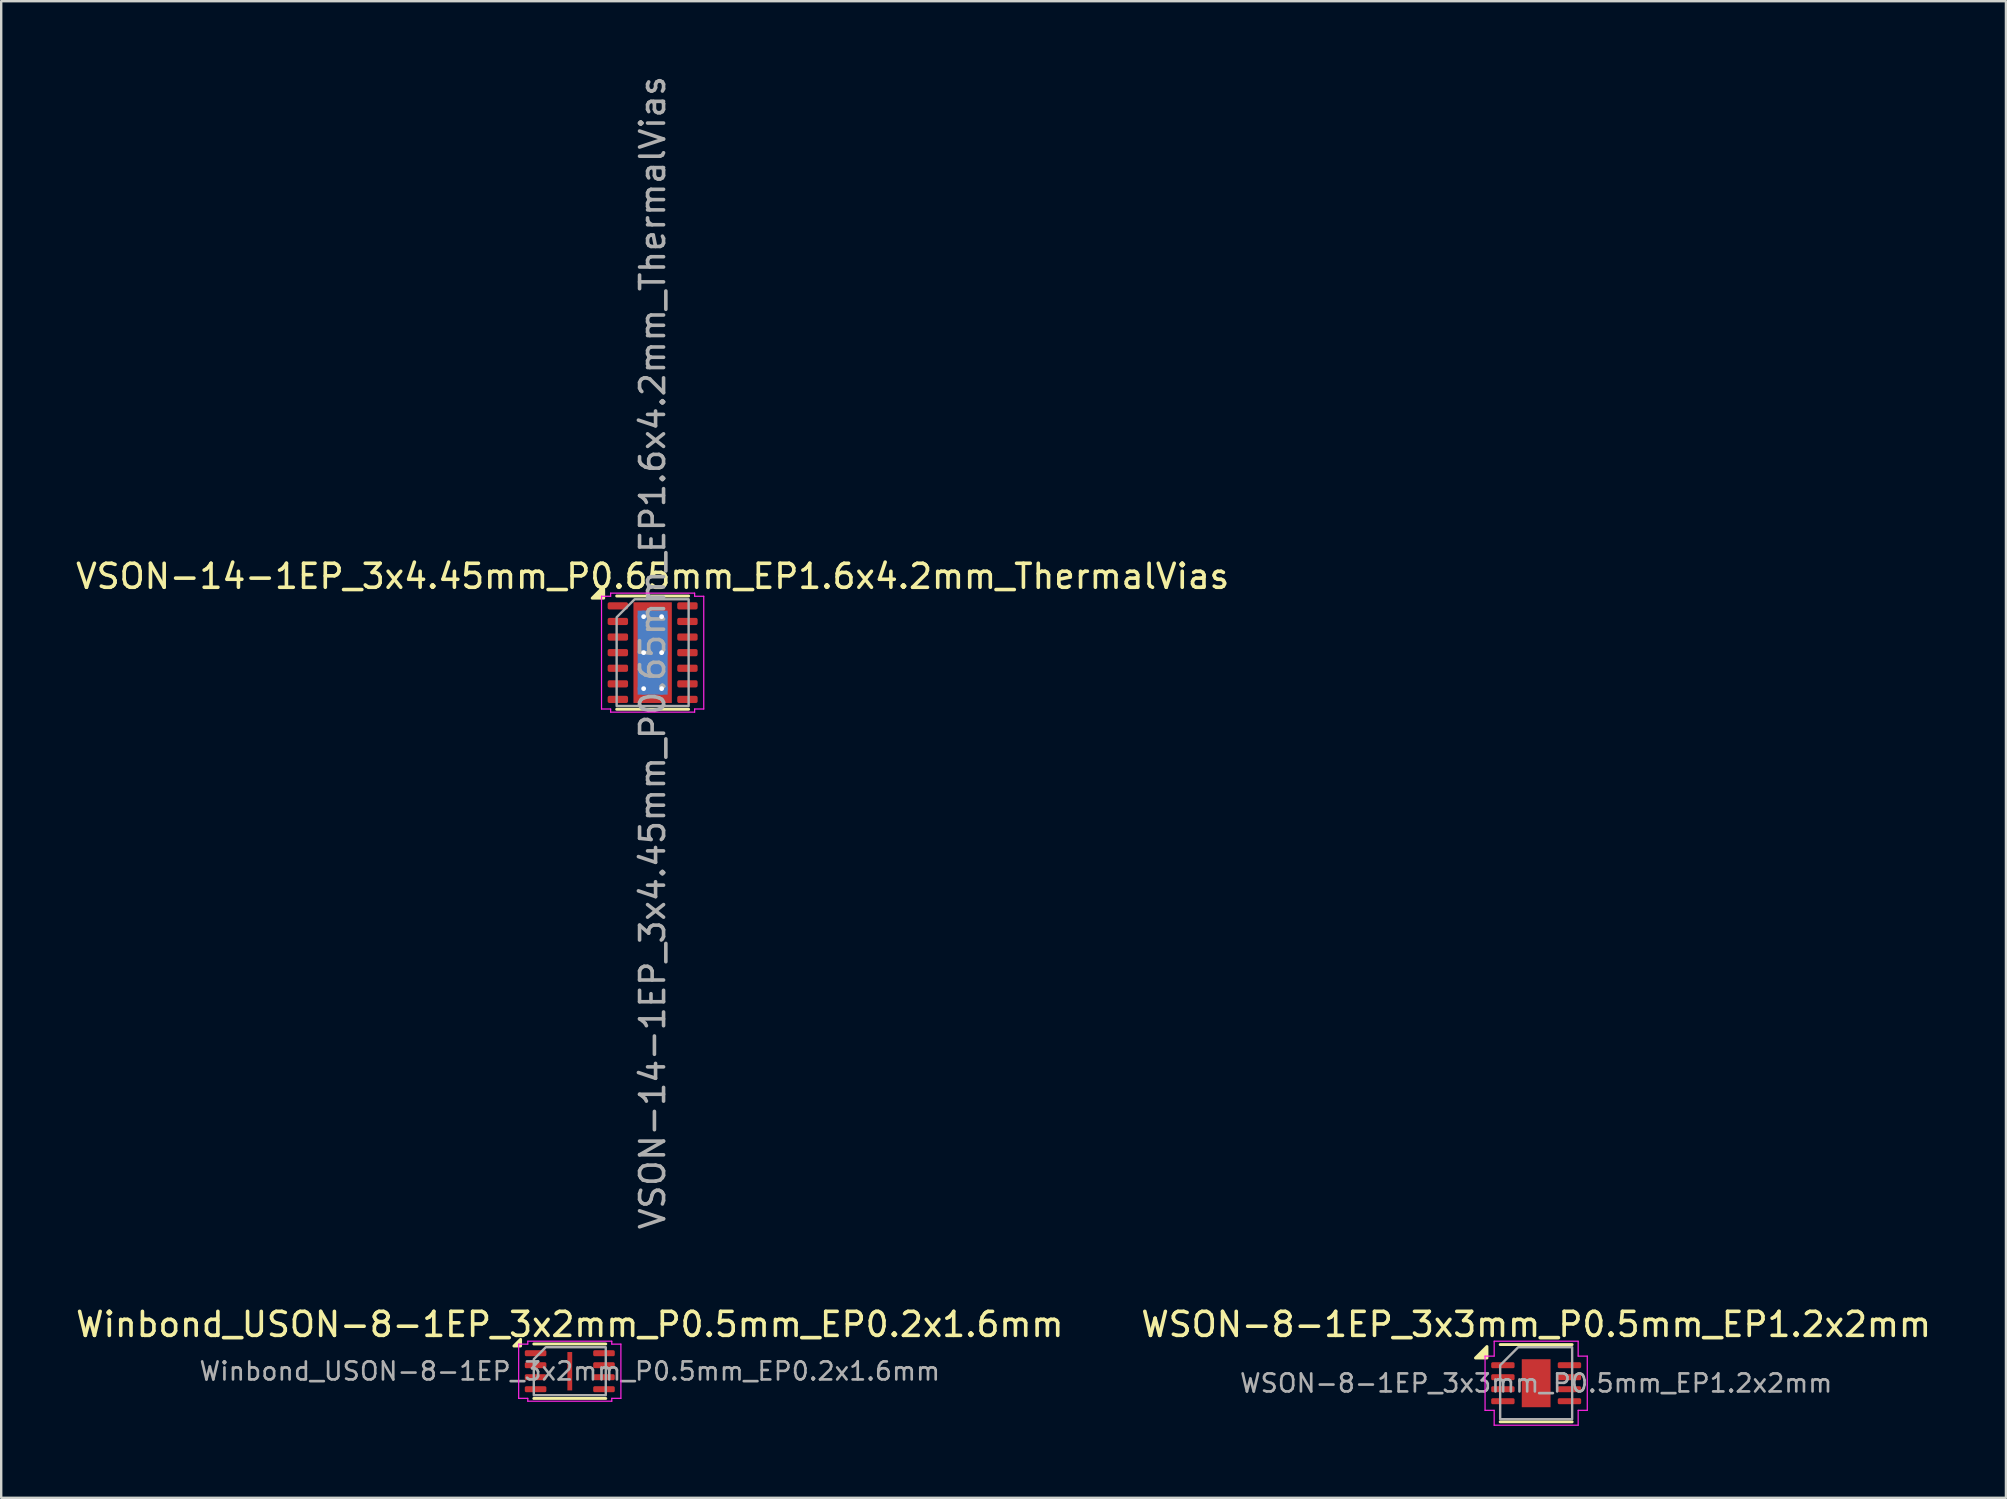
<source format=kicad_pcb>
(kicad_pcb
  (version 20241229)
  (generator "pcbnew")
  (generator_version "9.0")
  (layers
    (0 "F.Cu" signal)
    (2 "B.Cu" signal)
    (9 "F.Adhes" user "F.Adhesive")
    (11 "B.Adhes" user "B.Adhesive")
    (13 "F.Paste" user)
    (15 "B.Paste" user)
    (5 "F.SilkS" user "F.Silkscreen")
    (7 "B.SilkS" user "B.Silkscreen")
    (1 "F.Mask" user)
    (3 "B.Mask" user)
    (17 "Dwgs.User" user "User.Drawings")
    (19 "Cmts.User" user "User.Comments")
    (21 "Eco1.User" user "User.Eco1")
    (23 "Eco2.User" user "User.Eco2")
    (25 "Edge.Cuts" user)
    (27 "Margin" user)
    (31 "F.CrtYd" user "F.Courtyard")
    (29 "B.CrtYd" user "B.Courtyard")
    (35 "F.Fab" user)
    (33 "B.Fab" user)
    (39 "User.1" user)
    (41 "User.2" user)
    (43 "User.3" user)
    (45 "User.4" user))
  (footprint "Winbond_USON-8-1EP_3x2mm_P0.5mm_EP0.2x1.6mm"
    (layer "F.Cu")
    (at 20.696 54.096)
    (property "Reference" "Winbond_USON-8-1EP_3x2mm_P0.5mm_EP0.2x1.6mm" (at 0 -1.95 0) (layer "F.SilkS") (effects (font (size 1 1) (thickness 0.15))))
    (attr smd)
    (fp_line (start -1.5 -1.135) (end 1.5 -1.135) (stroke (width 0.12) (type solid)) (layer "F.SilkS"))
    (fp_line (start -1.5 1.135) (end 1.5 1.135) (stroke (width 0.12) (type solid)) (layer "F.SilkS"))
    (fp_poly (pts (xy -2.05 -1.05) (xy -2.33 -1.05) (xy -2.05 -1.33)) (stroke (width 0.12) (type solid)) (fill yes) (layer "F.SilkS"))
    (fp_line (start -2.13 -1.13) (end -1.75 -1.13) (stroke (width 0.05) (type solid)) (layer "F.CrtYd"))
    (fp_line (start -2.13 1.13) (end -2.13 -1.13) (stroke (width 0.05) (type solid)) (layer "F.CrtYd"))
    (fp_line (start -1.75 -1.25) (end 1.75 -1.25) (stroke (width 0.05) (type solid)) (layer "F.CrtYd"))
    (fp_line (start -1.75 -1.13) (end -1.75 -1.25) (stroke (width 0.05) (type solid)) (layer "F.CrtYd"))
    (fp_line (start -1.75 1.13) (end -2.13 1.13) (stroke (width 0.05) (type solid)) (layer "F.CrtYd"))
    (fp_line (start -1.75 1.25) (end -1.75 1.13) (stroke (width 0.05) (type solid)) (layer "F.CrtYd"))
    (fp_line (start 1.75 -1.25) (end 1.75 -1.13) (stroke (width 0.05) (type solid)) (layer "F.CrtYd"))
    (fp_line (start 1.75 -1.13) (end 2.13 -1.13) (stroke (width 0.05) (type solid)) (layer "F.CrtYd"))
    (fp_line (start 1.75 1.13) (end 1.75 1.25) (stroke (width 0.05) (type solid)) (layer "F.CrtYd"))
    (fp_line (start 1.75 1.25) (end -1.75 1.25) (stroke (width 0.05) (type solid)) (layer "F.CrtYd"))
    (fp_line (start 2.13 -1.13) (end 2.13 1.13) (stroke (width 0.05) (type solid)) (layer "F.CrtYd"))
    (fp_line (start 2.13 1.13) (end 1.75 1.13) (stroke (width 0.05) (type solid)) (layer "F.CrtYd"))
    (fp_poly (pts (xy -1.5 -0.5) (xy -1.5 1) (xy 1.5 1) (xy 1.5 -1) (xy -1 -1)) (stroke (width 0.1) (type solid)) (fill no) (layer "F.Fab"))
    (fp_text user "${REFERENCE}" (at 0 0 0) (layer "F.Fab") (effects (font (size 0.75 0.75) (thickness 0.11))))
    (pad "" smd roundrect (at 0 0) (size 0.16 1.29) (layers "F.Paste") (roundrect_rratio 0.25))
    (pad "1" smd roundrect (at -1.425 -0.75) (size 0.9 0.25) (layers "F.Cu" "F.Mask" "F.Paste") (roundrect_rratio 0.25))
    (pad "2" smd roundrect (at -1.425 -0.25) (size 0.9 0.25) (layers "F.Cu" "F.Mask" "F.Paste") (roundrect_rratio 0.25))
    (pad "3" smd roundrect (at -1.425 0.25) (size 0.9 0.25) (layers "F.Cu" "F.Mask" "F.Paste") (roundrect_rratio 0.25))
    (pad "4" smd roundrect (at -1.425 0.75) (size 0.9 0.25) (layers "F.Cu" "F.Mask" "F.Paste") (roundrect_rratio 0.25))
    (pad "5" smd roundrect (at 1.425 0.75) (size 0.9 0.25) (layers "F.Cu" "F.Mask" "F.Paste") (roundrect_rratio 0.25))
    (pad "6" smd roundrect (at 1.425 0.25) (size 0.9 0.25) (layers "F.Cu" "F.Mask" "F.Paste") (roundrect_rratio 0.25))
    (pad "7" smd roundrect (at 1.425 -0.25) (size 0.9 0.25) (layers "F.Cu" "F.Mask" "F.Paste") (roundrect_rratio 0.25))
    (pad "8" smd roundrect (at 1.425 -0.75) (size 0.9 0.25) (layers "F.Cu" "F.Mask" "F.Paste") (roundrect_rratio 0.25))
    (pad "9" smd rect (at 0 0) (size 0.2 1.6) (property pad_prop_heatsink) (layers "F.Cu" "F.Mask")))
  (footprint "VSON-14-1EP_3x4.45mm_P0.65mm_EP1.6x4.2mm_ThermalVias"
    (layer "F.Cu")
    (at 24.149 24.149)
    (property "Reference" "VSON-14-1EP_3x4.45mm_P0.65mm_EP1.6x4.2mm_ThermalVias" (at 0 -3.18 0) (layer "F.SilkS") (effects (font (size 1 1) (thickness 0.15))))
    (attr smd)
    (fp_line (start -1.5 -2.36) (end 1.5 -2.36) (stroke (width 0.12) (type solid)) (layer "F.SilkS"))
    (fp_line (start -1.5 2.36) (end 1.5 2.36) (stroke (width 0.12) (type solid)) (layer "F.SilkS"))
    (fp_poly (pts (xy -2.04 -2.27) (xy -2.52 -2.27) (xy -2.04 -2.75)) (stroke (width 0.12) (type solid)) (fill yes) (layer "F.SilkS"))
    (fp_line (start -2.13 -2.35) (end -1.75 -2.35) (stroke (width 0.05) (type solid)) (layer "F.CrtYd"))
    (fp_line (start -2.13 2.35) (end -2.13 -2.35) (stroke (width 0.05) (type solid)) (layer "F.CrtYd"))
    (fp_line (start -1.75 -2.48) (end 1.75 -2.48) (stroke (width 0.05) (type solid)) (layer "F.CrtYd"))
    (fp_line (start -1.75 -2.35) (end -1.75 -2.48) (stroke (width 0.05) (type solid)) (layer "F.CrtYd"))
    (fp_line (start -1.75 2.35) (end -2.13 2.35) (stroke (width 0.05) (type solid)) (layer "F.CrtYd"))
    (fp_line (start -1.75 2.48) (end -1.75 2.35) (stroke (width 0.05) (type solid)) (layer "F.CrtYd"))
    (fp_line (start 1.75 -2.48) (end 1.75 -2.35) (stroke (width 0.05) (type solid)) (layer "F.CrtYd"))
    (fp_line (start 1.75 -2.35) (end 2.13 -2.35) (stroke (width 0.05) (type solid)) (layer "F.CrtYd"))
    (fp_line (start 1.75 2.35) (end 1.75 2.48) (stroke (width 0.05) (type solid)) (layer "F.CrtYd"))
    (fp_line (start 1.75 2.48) (end -1.75 2.48) (stroke (width 0.05) (type solid)) (layer "F.CrtYd"))
    (fp_line (start 2.13 -2.35) (end 2.13 2.35) (stroke (width 0.05) (type solid)) (layer "F.CrtYd"))
    (fp_line (start 2.13 2.35) (end 1.75 2.35) (stroke (width 0.05) (type solid)) (layer "F.CrtYd"))
    (fp_poly (pts (xy -1.5 -1.475) (xy -1.5 2.225) (xy 1.5 2.225) (xy 1.5 -2.225) (xy -0.75 -2.225)) (stroke (width 0.1) (type solid)) (fill no) (layer "F.Fab"))
    (fp_text user "${REFERENCE}" (at 0 0 90) (layer "F.Fab") (effects (font (size 1 1) (thickness 0.15))))
    (pad "" smd roundrect (at 0 -1.05) (size 1.29 1.69) (layers "F.Paste") (roundrect_rratio 0.194))
    (pad "" smd roundrect (at 0 1.05) (size 1.29 1.69) (layers "F.Paste") (roundrect_rratio 0.194))
    (pad "1" smd roundrect (at -1.45 -1.95) (size 0.85 0.3) (layers "F.Cu" "F.Mask" "F.Paste") (roundrect_rratio 0.25))
    (pad "2" smd roundrect (at -1.45 -1.3) (size 0.85 0.3) (layers "F.Cu" "F.Mask" "F.Paste") (roundrect_rratio 0.25))
    (pad "3" smd roundrect (at -1.45 -0.65) (size 0.85 0.3) (layers "F.Cu" "F.Mask" "F.Paste") (roundrect_rratio 0.25))
    (pad "4" smd roundrect (at -1.45 0) (size 0.85 0.3) (layers "F.Cu" "F.Mask" "F.Paste") (roundrect_rratio 0.25))
    (pad "5" smd roundrect (at -1.45 0.65) (size 0.85 0.3) (layers "F.Cu" "F.Mask" "F.Paste") (roundrect_rratio 0.25))
    (pad "6" smd roundrect (at -1.45 1.3) (size 0.85 0.3) (layers "F.Cu" "F.Mask" "F.Paste") (roundrect_rratio 0.25))
    (pad "7" smd roundrect (at -1.45 1.95) (size 0.85 0.3) (layers "F.Cu" "F.Mask" "F.Paste") (roundrect_rratio 0.25))
    (pad "8" smd roundrect (at 1.45 1.95) (size 0.85 0.3) (layers "F.Cu" "F.Mask" "F.Paste") (roundrect_rratio 0.25))
    (pad "9" smd roundrect (at 1.45 1.3) (size 0.85 0.3) (layers "F.Cu" "F.Mask" "F.Paste") (roundrect_rratio 0.25))
    (pad "10" smd roundrect (at 1.45 0.65) (size 0.85 0.3) (layers "F.Cu" "F.Mask" "F.Paste") (roundrect_rratio 0.25))
    (pad "11" smd roundrect (at 1.45 0) (size 0.85 0.3) (layers "F.Cu" "F.Mask" "F.Paste") (roundrect_rratio 0.25))
    (pad "12" smd roundrect (at 1.45 -0.65) (size 0.85 0.3) (layers "F.Cu" "F.Mask" "F.Paste") (roundrect_rratio 0.25))
    (pad "13" smd roundrect (at 1.45 -1.3) (size 0.85 0.3) (layers "F.Cu" "F.Mask" "F.Paste") (roundrect_rratio 0.25))
    (pad "14" smd roundrect (at 1.45 -1.95) (size 0.85 0.3) (layers "F.Cu" "F.Mask" "F.Paste") (roundrect_rratio 0.25))
    (pad "15" thru_hole circle (at -0.375 -1.5) (size 0.5 0.5) (drill 0.2) (property pad_prop_heatsink) (layers "*.Cu"))
    (pad "15" thru_hole circle (at -0.375 0) (size 0.5 0.5) (drill 0.2) (property pad_prop_heatsink) (layers "*.Cu"))
    (pad "15" thru_hole circle (at -0.375 1.5) (size 0.5 0.5) (drill 0.2) (property pad_prop_heatsink) (layers "*.Cu"))
    (pad "15" smd rect (at 0 0) (size 1.25 3.5) (property pad_prop_heatsink) (layers "B.Cu"))
    (pad "15" smd rect (at 0 0) (size 1.6 4.2) (property pad_prop_heatsink) (layers "F.Cu" "F.Mask"))
    (pad "15" thru_hole circle (at 0.375 -1.5) (size 0.5 0.5) (drill 0.2) (property pad_prop_heatsink) (layers "*.Cu"))
    (pad "15" thru_hole circle (at 0.375 0) (size 0.5 0.5) (drill 0.2) (property pad_prop_heatsink) (layers "*.Cu"))
    (pad "15" thru_hole circle (at 0.375 1.5) (size 0.5 0.5) (drill 0.2) (property pad_prop_heatsink) (layers "*.Cu")))
  (footprint "WSON-8-1EP_3x3mm_P0.5mm_EP1.2x2mm"
    (layer "F.Cu")
    (at 60.97 54.596)
    (property "Reference" "WSON-8-1EP_3x3mm_P0.5mm_EP1.2x2mm" (at 0 -2.45 0) (layer "F.SilkS") (effects (font (size 1 1) (thickness 0.15))))
    (attr smd)
    (fp_line (start -1.5 -1.61) (end 1.5 -1.61) (stroke (width 0.12) (type solid)) (layer "F.SilkS"))
    (fp_line (start -1.5 1.61) (end 1.5 1.61) (stroke (width 0.12) (type solid)) (layer "F.SilkS"))
    (fp_poly (pts (xy -2.05 -1.05) (xy -2.53 -1.05) (xy -2.05 -1.53)) (stroke (width 0.12) (type solid)) (fill yes) (layer "F.SilkS"))
    (fp_line (start -2.13 -1.13) (end -1.75 -1.13) (stroke (width 0.05) (type solid)) (layer "F.CrtYd"))
    (fp_line (start -2.13 1.13) (end -2.13 -1.13) (stroke (width 0.05) (type solid)) (layer "F.CrtYd"))
    (fp_line (start -1.75 -1.75) (end 1.75 -1.75) (stroke (width 0.05) (type solid)) (layer "F.CrtYd"))
    (fp_line (start -1.75 -1.13) (end -1.75 -1.75) (stroke (width 0.05) (type solid)) (layer "F.CrtYd"))
    (fp_line (start -1.75 1.13) (end -2.13 1.13) (stroke (width 0.05) (type solid)) (layer "F.CrtYd"))
    (fp_line (start -1.75 1.75) (end -1.75 1.13) (stroke (width 0.05) (type solid)) (layer "F.CrtYd"))
    (fp_line (start 1.75 -1.75) (end 1.75 -1.13) (stroke (width 0.05) (type solid)) (layer "F.CrtYd"))
    (fp_line (start 1.75 -1.13) (end 2.13 -1.13) (stroke (width 0.05) (type solid)) (layer "F.CrtYd"))
    (fp_line (start 1.75 1.13) (end 1.75 1.75) (stroke (width 0.05) (type solid)) (layer "F.CrtYd"))
    (fp_line (start 1.75 1.75) (end -1.75 1.75) (stroke (width 0.05) (type solid)) (layer "F.CrtYd"))
    (fp_line (start 2.13 -1.13) (end 2.13 1.13) (stroke (width 0.05) (type solid)) (layer "F.CrtYd"))
    (fp_line (start 2.13 1.13) (end 1.75 1.13) (stroke (width 0.05) (type solid)) (layer "F.CrtYd"))
    (fp_poly (pts (xy -1.5 -0.75) (xy -1.5 1.5) (xy 1.5 1.5) (xy 1.5 -1.5) (xy -0.75 -1.5)) (stroke (width 0.1) (type solid)) (fill no) (layer "F.Fab"))
    (fp_text user "${REFERENCE}" (at 0 0 0) (layer "F.Fab") (effects (font (size 0.75 0.75) (thickness 0.11))))
    (pad "" smd roundrect (at 0 -0.5) (size 0.97 0.81) (layers "F.Paste") (roundrect_rratio 0.25))
    (pad "" smd roundrect (at 0 0.5) (size 0.97 0.81) (layers "F.Paste") (roundrect_rratio 0.25))
    (pad "1" smd roundrect (at -1.387 -0.75) (size 0.975 0.25) (layers "F.Cu" "F.Mask" "F.Paste") (roundrect_rratio 0.25))
    (pad "2" smd roundrect (at -1.387 -0.25) (size 0.975 0.25) (layers "F.Cu" "F.Mask" "F.Paste") (roundrect_rratio 0.25))
    (pad "3" smd roundrect (at -1.387 0.25) (size 0.975 0.25) (layers "F.Cu" "F.Mask" "F.Paste") (roundrect_rratio 0.25))
    (pad "4" smd roundrect (at -1.387 0.75) (size 0.975 0.25) (layers "F.Cu" "F.Mask" "F.Paste") (roundrect_rratio 0.25))
    (pad "5" smd roundrect (at 1.387 0.75) (size 0.975 0.25) (layers "F.Cu" "F.Mask" "F.Paste") (roundrect_rratio 0.25))
    (pad "6" smd roundrect (at 1.387 0.25) (size 0.975 0.25) (layers "F.Cu" "F.Mask" "F.Paste") (roundrect_rratio 0.25))
    (pad "7" smd roundrect (at 1.387 -0.25) (size 0.975 0.25) (layers "F.Cu" "F.Mask" "F.Paste") (roundrect_rratio 0.25))
    (pad "8" smd roundrect (at 1.387 -0.75) (size 0.975 0.25) (layers "F.Cu" "F.Mask" "F.Paste") (roundrect_rratio 0.25))
    (pad "9" smd rect (at 0 0) (size 1.2 2) (property pad_prop_heatsink) (layers "F.Cu" "F.Mask")))
  (gr_rect
    (start -3 -3)
    (end 80.548 59.371)
    (stroke (width 0.1) (type default))
    (fill no)
    (layer "Edge.Cuts")))
</source>
